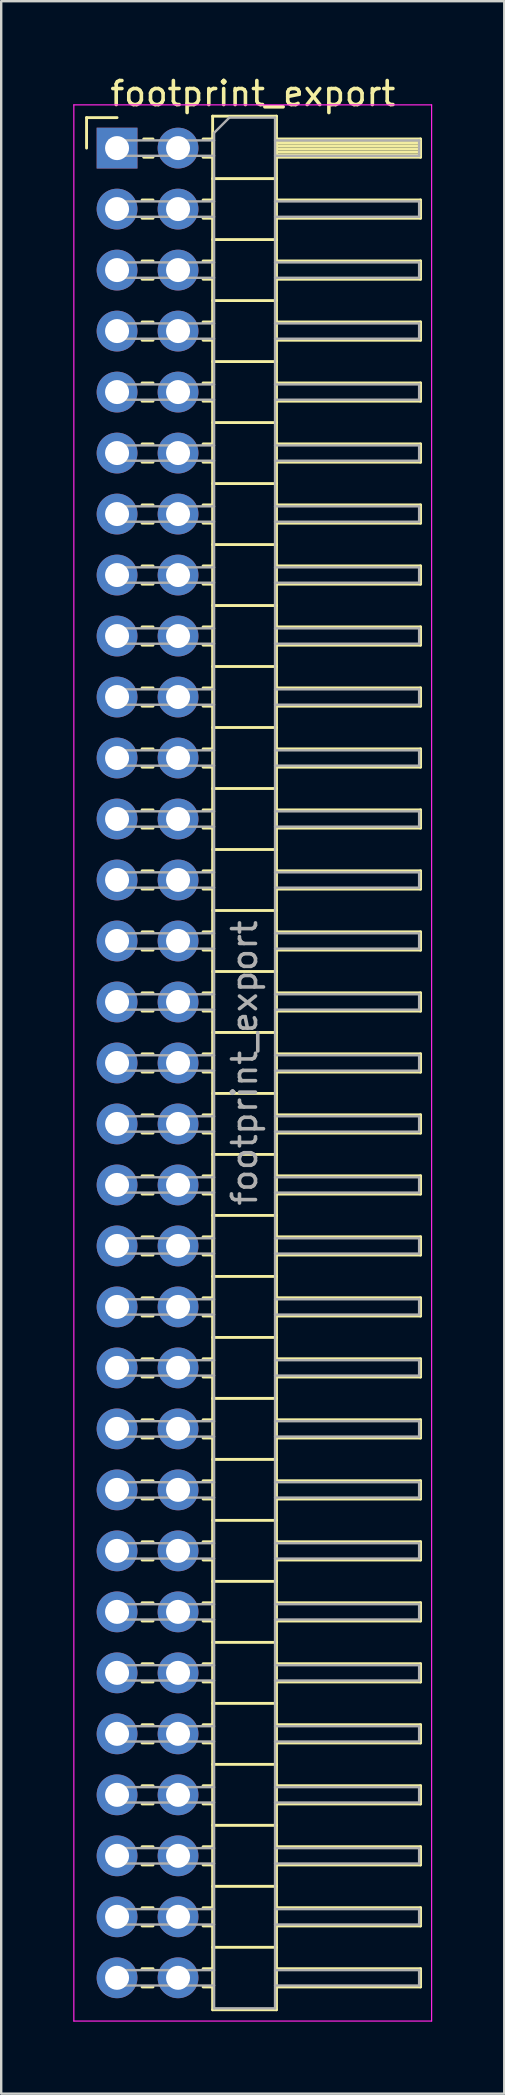
<source format=kicad_pcb>
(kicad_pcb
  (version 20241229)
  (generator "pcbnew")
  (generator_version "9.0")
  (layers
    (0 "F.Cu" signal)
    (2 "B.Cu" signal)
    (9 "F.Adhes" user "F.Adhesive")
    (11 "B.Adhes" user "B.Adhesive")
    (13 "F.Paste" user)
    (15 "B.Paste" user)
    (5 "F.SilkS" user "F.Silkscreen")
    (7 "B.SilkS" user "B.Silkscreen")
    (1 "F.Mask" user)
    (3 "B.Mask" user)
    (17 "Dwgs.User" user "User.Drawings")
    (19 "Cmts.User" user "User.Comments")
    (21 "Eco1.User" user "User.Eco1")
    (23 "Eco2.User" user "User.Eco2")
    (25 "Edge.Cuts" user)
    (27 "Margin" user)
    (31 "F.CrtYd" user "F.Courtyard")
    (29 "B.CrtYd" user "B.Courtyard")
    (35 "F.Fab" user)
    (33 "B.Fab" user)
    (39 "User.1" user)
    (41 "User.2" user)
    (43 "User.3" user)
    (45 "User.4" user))
  (footprint "footprint_export"
    (layer "F.Cu")
    (at 1.825 3.118)
    (property "Reference" "footprint_export" (at 5.655 -2.27 0) (layer "F.SilkS") (effects (font (size 1 1) (thickness 0.15))))
    (attr through_hole)
    (fp_line (start -1.27 -1.27) (end 0 -1.27) (stroke (width 0.12) (type solid)) (layer "F.SilkS"))
    (fp_line (start -1.27 0) (end -1.27 -1.27) (stroke (width 0.12) (type solid)) (layer "F.SilkS"))
    (fp_line (start 1.043 2.16) (end 1.497 2.16) (stroke (width 0.12) (type solid)) (layer "F.SilkS"))
    (fp_line (start 1.043 2.92) (end 1.497 2.92) (stroke (width 0.12) (type solid)) (layer "F.SilkS"))
    (fp_line (start 1.043 4.7) (end 1.497 4.7) (stroke (width 0.12) (type solid)) (layer "F.SilkS"))
    (fp_line (start 1.043 5.46) (end 1.497 5.46) (stroke (width 0.12) (type solid)) (layer "F.SilkS"))
    (fp_line (start 1.043 7.24) (end 1.497 7.24) (stroke (width 0.12) (type solid)) (layer "F.SilkS"))
    (fp_line (start 1.043 8) (end 1.497 8) (stroke (width 0.12) (type solid)) (layer "F.SilkS"))
    (fp_line (start 1.043 9.78) (end 1.497 9.78) (stroke (width 0.12) (type solid)) (layer "F.SilkS"))
    (fp_line (start 1.043 10.54) (end 1.497 10.54) (stroke (width 0.12) (type solid)) (layer "F.SilkS"))
    (fp_line (start 1.043 12.32) (end 1.497 12.32) (stroke (width 0.12) (type solid)) (layer "F.SilkS"))
    (fp_line (start 1.043 13.08) (end 1.497 13.08) (stroke (width 0.12) (type solid)) (layer "F.SilkS"))
    (fp_line (start 1.043 14.86) (end 1.497 14.86) (stroke (width 0.12) (type solid)) (layer "F.SilkS"))
    (fp_line (start 1.043 15.62) (end 1.497 15.62) (stroke (width 0.12) (type solid)) (layer "F.SilkS"))
    (fp_line (start 1.043 17.4) (end 1.497 17.4) (stroke (width 0.12) (type solid)) (layer "F.SilkS"))
    (fp_line (start 1.043 18.16) (end 1.497 18.16) (stroke (width 0.12) (type solid)) (layer "F.SilkS"))
    (fp_line (start 1.043 19.94) (end 1.497 19.94) (stroke (width 0.12) (type solid)) (layer "F.SilkS"))
    (fp_line (start 1.043 20.7) (end 1.497 20.7) (stroke (width 0.12) (type solid)) (layer "F.SilkS"))
    (fp_line (start 1.043 22.48) (end 1.497 22.48) (stroke (width 0.12) (type solid)) (layer "F.SilkS"))
    (fp_line (start 1.043 23.24) (end 1.497 23.24) (stroke (width 0.12) (type solid)) (layer "F.SilkS"))
    (fp_line (start 1.043 25.02) (end 1.497 25.02) (stroke (width 0.12) (type solid)) (layer "F.SilkS"))
    (fp_line (start 1.043 25.78) (end 1.497 25.78) (stroke (width 0.12) (type solid)) (layer "F.SilkS"))
    (fp_line (start 1.043 27.56) (end 1.497 27.56) (stroke (width 0.12) (type solid)) (layer "F.SilkS"))
    (fp_line (start 1.043 28.32) (end 1.497 28.32) (stroke (width 0.12) (type solid)) (layer "F.SilkS"))
    (fp_line (start 1.043 30.1) (end 1.497 30.1) (stroke (width 0.12) (type solid)) (layer "F.SilkS"))
    (fp_line (start 1.043 30.86) (end 1.497 30.86) (stroke (width 0.12) (type solid)) (layer "F.SilkS"))
    (fp_line (start 1.043 32.64) (end 1.497 32.64) (stroke (width 0.12) (type solid)) (layer "F.SilkS"))
    (fp_line (start 1.043 33.4) (end 1.497 33.4) (stroke (width 0.12) (type solid)) (layer "F.SilkS"))
    (fp_line (start 1.043 35.18) (end 1.497 35.18) (stroke (width 0.12) (type solid)) (layer "F.SilkS"))
    (fp_line (start 1.043 35.94) (end 1.497 35.94) (stroke (width 0.12) (type solid)) (layer "F.SilkS"))
    (fp_line (start 1.043 37.72) (end 1.497 37.72) (stroke (width 0.12) (type solid)) (layer "F.SilkS"))
    (fp_line (start 1.043 38.48) (end 1.497 38.48) (stroke (width 0.12) (type solid)) (layer "F.SilkS"))
    (fp_line (start 1.043 40.26) (end 1.497 40.26) (stroke (width 0.12) (type solid)) (layer "F.SilkS"))
    (fp_line (start 1.043 41.02) (end 1.497 41.02) (stroke (width 0.12) (type solid)) (layer "F.SilkS"))
    (fp_line (start 1.043 42.8) (end 1.497 42.8) (stroke (width 0.12) (type solid)) (layer "F.SilkS"))
    (fp_line (start 1.043 43.56) (end 1.497 43.56) (stroke (width 0.12) (type solid)) (layer "F.SilkS"))
    (fp_line (start 1.043 45.34) (end 1.497 45.34) (stroke (width 0.12) (type solid)) (layer "F.SilkS"))
    (fp_line (start 1.043 46.1) (end 1.497 46.1) (stroke (width 0.12) (type solid)) (layer "F.SilkS"))
    (fp_line (start 1.043 47.88) (end 1.497 47.88) (stroke (width 0.12) (type solid)) (layer "F.SilkS"))
    (fp_line (start 1.043 48.64) (end 1.497 48.64) (stroke (width 0.12) (type solid)) (layer "F.SilkS"))
    (fp_line (start 1.043 50.42) (end 1.497 50.42) (stroke (width 0.12) (type solid)) (layer "F.SilkS"))
    (fp_line (start 1.043 51.18) (end 1.497 51.18) (stroke (width 0.12) (type solid)) (layer "F.SilkS"))
    (fp_line (start 1.043 52.96) (end 1.497 52.96) (stroke (width 0.12) (type solid)) (layer "F.SilkS"))
    (fp_line (start 1.043 53.72) (end 1.497 53.72) (stroke (width 0.12) (type solid)) (layer "F.SilkS"))
    (fp_line (start 1.043 55.5) (end 1.497 55.5) (stroke (width 0.12) (type solid)) (layer "F.SilkS"))
    (fp_line (start 1.043 56.26) (end 1.497 56.26) (stroke (width 0.12) (type solid)) (layer "F.SilkS"))
    (fp_line (start 1.043 58.04) (end 1.497 58.04) (stroke (width 0.12) (type solid)) (layer "F.SilkS"))
    (fp_line (start 1.043 58.8) (end 1.497 58.8) (stroke (width 0.12) (type solid)) (layer "F.SilkS"))
    (fp_line (start 1.043 60.58) (end 1.497 60.58) (stroke (width 0.12) (type solid)) (layer "F.SilkS"))
    (fp_line (start 1.043 61.34) (end 1.497 61.34) (stroke (width 0.12) (type solid)) (layer "F.SilkS"))
    (fp_line (start 1.043 63.12) (end 1.497 63.12) (stroke (width 0.12) (type solid)) (layer "F.SilkS"))
    (fp_line (start 1.043 63.88) (end 1.497 63.88) (stroke (width 0.12) (type solid)) (layer "F.SilkS"))
    (fp_line (start 1.043 65.66) (end 1.497 65.66) (stroke (width 0.12) (type solid)) (layer "F.SilkS"))
    (fp_line (start 1.043 66.42) (end 1.497 66.42) (stroke (width 0.12) (type solid)) (layer "F.SilkS"))
    (fp_line (start 1.043 68.2) (end 1.497 68.2) (stroke (width 0.12) (type solid)) (layer "F.SilkS"))
    (fp_line (start 1.043 68.96) (end 1.497 68.96) (stroke (width 0.12) (type solid)) (layer "F.SilkS"))
    (fp_line (start 1.043 70.74) (end 1.497 70.74) (stroke (width 0.12) (type solid)) (layer "F.SilkS"))
    (fp_line (start 1.043 71.5) (end 1.497 71.5) (stroke (width 0.12) (type solid)) (layer "F.SilkS"))
    (fp_line (start 1.043 73.28) (end 1.497 73.28) (stroke (width 0.12) (type solid)) (layer "F.SilkS"))
    (fp_line (start 1.043 74.04) (end 1.497 74.04) (stroke (width 0.12) (type solid)) (layer "F.SilkS"))
    (fp_line (start 1.043 75.82) (end 1.497 75.82) (stroke (width 0.12) (type solid)) (layer "F.SilkS"))
    (fp_line (start 1.043 76.58) (end 1.497 76.58) (stroke (width 0.12) (type solid)) (layer "F.SilkS"))
    (fp_line (start 1.11 -0.38) (end 1.497 -0.38) (stroke (width 0.12) (type solid)) (layer "F.SilkS"))
    (fp_line (start 1.11 0.38) (end 1.497 0.38) (stroke (width 0.12) (type solid)) (layer "F.SilkS"))
    (fp_line (start 3.583 -0.38) (end 3.98 -0.38) (stroke (width 0.12) (type solid)) (layer "F.SilkS"))
    (fp_line (start 3.583 0.38) (end 3.98 0.38) (stroke (width 0.12) (type solid)) (layer "F.SilkS"))
    (fp_line (start 3.583 2.16) (end 3.98 2.16) (stroke (width 0.12) (type solid)) (layer "F.SilkS"))
    (fp_line (start 3.583 2.92) (end 3.98 2.92) (stroke (width 0.12) (type solid)) (layer "F.SilkS"))
    (fp_line (start 3.583 4.7) (end 3.98 4.7) (stroke (width 0.12) (type solid)) (layer "F.SilkS"))
    (fp_line (start 3.583 5.46) (end 3.98 5.46) (stroke (width 0.12) (type solid)) (layer "F.SilkS"))
    (fp_line (start 3.583 7.24) (end 3.98 7.24) (stroke (width 0.12) (type solid)) (layer "F.SilkS"))
    (fp_line (start 3.583 8) (end 3.98 8) (stroke (width 0.12) (type solid)) (layer "F.SilkS"))
    (fp_line (start 3.583 9.78) (end 3.98 9.78) (stroke (width 0.12) (type solid)) (layer "F.SilkS"))
    (fp_line (start 3.583 10.54) (end 3.98 10.54) (stroke (width 0.12) (type solid)) (layer "F.SilkS"))
    (fp_line (start 3.583 12.32) (end 3.98 12.32) (stroke (width 0.12) (type solid)) (layer "F.SilkS"))
    (fp_line (start 3.583 13.08) (end 3.98 13.08) (stroke (width 0.12) (type solid)) (layer "F.SilkS"))
    (fp_line (start 3.583 14.86) (end 3.98 14.86) (stroke (width 0.12) (type solid)) (layer "F.SilkS"))
    (fp_line (start 3.583 15.62) (end 3.98 15.62) (stroke (width 0.12) (type solid)) (layer "F.SilkS"))
    (fp_line (start 3.583 17.4) (end 3.98 17.4) (stroke (width 0.12) (type solid)) (layer "F.SilkS"))
    (fp_line (start 3.583 18.16) (end 3.98 18.16) (stroke (width 0.12) (type solid)) (layer "F.SilkS"))
    (fp_line (start 3.583 19.94) (end 3.98 19.94) (stroke (width 0.12) (type solid)) (layer "F.SilkS"))
    (fp_line (start 3.583 20.7) (end 3.98 20.7) (stroke (width 0.12) (type solid)) (layer "F.SilkS"))
    (fp_line (start 3.583 22.48) (end 3.98 22.48) (stroke (width 0.12) (type solid)) (layer "F.SilkS"))
    (fp_line (start 3.583 23.24) (end 3.98 23.24) (stroke (width 0.12) (type solid)) (layer "F.SilkS"))
    (fp_line (start 3.583 25.02) (end 3.98 25.02) (stroke (width 0.12) (type solid)) (layer "F.SilkS"))
    (fp_line (start 3.583 25.78) (end 3.98 25.78) (stroke (width 0.12) (type solid)) (layer "F.SilkS"))
    (fp_line (start 3.583 27.56) (end 3.98 27.56) (stroke (width 0.12) (type solid)) (layer "F.SilkS"))
    (fp_line (start 3.583 28.32) (end 3.98 28.32) (stroke (width 0.12) (type solid)) (layer "F.SilkS"))
    (fp_line (start 3.583 30.1) (end 3.98 30.1) (stroke (width 0.12) (type solid)) (layer "F.SilkS"))
    (fp_line (start 3.583 30.86) (end 3.98 30.86) (stroke (width 0.12) (type solid)) (layer "F.SilkS"))
    (fp_line (start 3.583 32.64) (end 3.98 32.64) (stroke (width 0.12) (type solid)) (layer "F.SilkS"))
    (fp_line (start 3.583 33.4) (end 3.98 33.4) (stroke (width 0.12) (type solid)) (layer "F.SilkS"))
    (fp_line (start 3.583 35.18) (end 3.98 35.18) (stroke (width 0.12) (type solid)) (layer "F.SilkS"))
    (fp_line (start 3.583 35.94) (end 3.98 35.94) (stroke (width 0.12) (type solid)) (layer "F.SilkS"))
    (fp_line (start 3.583 37.72) (end 3.98 37.72) (stroke (width 0.12) (type solid)) (layer "F.SilkS"))
    (fp_line (start 3.583 38.48) (end 3.98 38.48) (stroke (width 0.12) (type solid)) (layer "F.SilkS"))
    (fp_line (start 3.583 40.26) (end 3.98 40.26) (stroke (width 0.12) (type solid)) (layer "F.SilkS"))
    (fp_line (start 3.583 41.02) (end 3.98 41.02) (stroke (width 0.12) (type solid)) (layer "F.SilkS"))
    (fp_line (start 3.583 42.8) (end 3.98 42.8) (stroke (width 0.12) (type solid)) (layer "F.SilkS"))
    (fp_line (start 3.583 43.56) (end 3.98 43.56) (stroke (width 0.12) (type solid)) (layer "F.SilkS"))
    (fp_line (start 3.583 45.34) (end 3.98 45.34) (stroke (width 0.12) (type solid)) (layer "F.SilkS"))
    (fp_line (start 3.583 46.1) (end 3.98 46.1) (stroke (width 0.12) (type solid)) (layer "F.SilkS"))
    (fp_line (start 3.583 47.88) (end 3.98 47.88) (stroke (width 0.12) (type solid)) (layer "F.SilkS"))
    (fp_line (start 3.583 48.64) (end 3.98 48.64) (stroke (width 0.12) (type solid)) (layer "F.SilkS"))
    (fp_line (start 3.583 50.42) (end 3.98 50.42) (stroke (width 0.12) (type solid)) (layer "F.SilkS"))
    (fp_line (start 3.583 51.18) (end 3.98 51.18) (stroke (width 0.12) (type solid)) (layer "F.SilkS"))
    (fp_line (start 3.583 52.96) (end 3.98 52.96) (stroke (width 0.12) (type solid)) (layer "F.SilkS"))
    (fp_line (start 3.583 53.72) (end 3.98 53.72) (stroke (width 0.12) (type solid)) (layer "F.SilkS"))
    (fp_line (start 3.583 55.5) (end 3.98 55.5) (stroke (width 0.12) (type solid)) (layer "F.SilkS"))
    (fp_line (start 3.583 56.26) (end 3.98 56.26) (stroke (width 0.12) (type solid)) (layer "F.SilkS"))
    (fp_line (start 3.583 58.04) (end 3.98 58.04) (stroke (width 0.12) (type solid)) (layer "F.SilkS"))
    (fp_line (start 3.583 58.8) (end 3.98 58.8) (stroke (width 0.12) (type solid)) (layer "F.SilkS"))
    (fp_line (start 3.583 60.58) (end 3.98 60.58) (stroke (width 0.12) (type solid)) (layer "F.SilkS"))
    (fp_line (start 3.583 61.34) (end 3.98 61.34) (stroke (width 0.12) (type solid)) (layer "F.SilkS"))
    (fp_line (start 3.583 63.12) (end 3.98 63.12) (stroke (width 0.12) (type solid)) (layer "F.SilkS"))
    (fp_line (start 3.583 63.88) (end 3.98 63.88) (stroke (width 0.12) (type solid)) (layer "F.SilkS"))
    (fp_line (start 3.583 65.66) (end 3.98 65.66) (stroke (width 0.12) (type solid)) (layer "F.SilkS"))
    (fp_line (start 3.583 66.42) (end 3.98 66.42) (stroke (width 0.12) (type solid)) (layer "F.SilkS"))
    (fp_line (start 3.583 68.2) (end 3.98 68.2) (stroke (width 0.12) (type solid)) (layer "F.SilkS"))
    (fp_line (start 3.583 68.96) (end 3.98 68.96) (stroke (width 0.12) (type solid)) (layer "F.SilkS"))
    (fp_line (start 3.583 70.74) (end 3.98 70.74) (stroke (width 0.12) (type solid)) (layer "F.SilkS"))
    (fp_line (start 3.583 71.5) (end 3.98 71.5) (stroke (width 0.12) (type solid)) (layer "F.SilkS"))
    (fp_line (start 3.583 73.28) (end 3.98 73.28) (stroke (width 0.12) (type solid)) (layer "F.SilkS"))
    (fp_line (start 3.583 74.04) (end 3.98 74.04) (stroke (width 0.12) (type solid)) (layer "F.SilkS"))
    (fp_line (start 3.583 75.82) (end 3.98 75.82) (stroke (width 0.12) (type solid)) (layer "F.SilkS"))
    (fp_line (start 3.583 76.58) (end 3.98 76.58) (stroke (width 0.12) (type solid)) (layer "F.SilkS"))
    (fp_line (start 3.98 -1.33) (end 3.98 77.53) (stroke (width 0.12) (type solid)) (layer "F.SilkS"))
    (fp_line (start 3.98 1.27) (end 6.64 1.27) (stroke (width 0.12) (type solid)) (layer "F.SilkS"))
    (fp_line (start 3.98 3.81) (end 6.64 3.81) (stroke (width 0.12) (type solid)) (layer "F.SilkS"))
    (fp_line (start 3.98 6.35) (end 6.64 6.35) (stroke (width 0.12) (type solid)) (layer "F.SilkS"))
    (fp_line (start 3.98 8.89) (end 6.64 8.89) (stroke (width 0.12) (type solid)) (layer "F.SilkS"))
    (fp_line (start 3.98 11.43) (end 6.64 11.43) (stroke (width 0.12) (type solid)) (layer "F.SilkS"))
    (fp_line (start 3.98 13.97) (end 6.64 13.97) (stroke (width 0.12) (type solid)) (layer "F.SilkS"))
    (fp_line (start 3.98 16.51) (end 6.64 16.51) (stroke (width 0.12) (type solid)) (layer "F.SilkS"))
    (fp_line (start 3.98 19.05) (end 6.64 19.05) (stroke (width 0.12) (type solid)) (layer "F.SilkS"))
    (fp_line (start 3.98 21.59) (end 6.64 21.59) (stroke (width 0.12) (type solid)) (layer "F.SilkS"))
    (fp_line (start 3.98 24.13) (end 6.64 24.13) (stroke (width 0.12) (type solid)) (layer "F.SilkS"))
    (fp_line (start 3.98 26.67) (end 6.64 26.67) (stroke (width 0.12) (type solid)) (layer "F.SilkS"))
    (fp_line (start 3.98 29.21) (end 6.64 29.21) (stroke (width 0.12) (type solid)) (layer "F.SilkS"))
    (fp_line (start 3.98 31.75) (end 6.64 31.75) (stroke (width 0.12) (type solid)) (layer "F.SilkS"))
    (fp_line (start 3.98 34.29) (end 6.64 34.29) (stroke (width 0.12) (type solid)) (layer "F.SilkS"))
    (fp_line (start 3.98 36.83) (end 6.64 36.83) (stroke (width 0.12) (type solid)) (layer "F.SilkS"))
    (fp_line (start 3.98 39.37) (end 6.64 39.37) (stroke (width 0.12) (type solid)) (layer "F.SilkS"))
    (fp_line (start 3.98 41.91) (end 6.64 41.91) (stroke (width 0.12) (type solid)) (layer "F.SilkS"))
    (fp_line (start 3.98 44.45) (end 6.64 44.45) (stroke (width 0.12) (type solid)) (layer "F.SilkS"))
    (fp_line (start 3.98 46.99) (end 6.64 46.99) (stroke (width 0.12) (type solid)) (layer "F.SilkS"))
    (fp_line (start 3.98 49.53) (end 6.64 49.53) (stroke (width 0.12) (type solid)) (layer "F.SilkS"))
    (fp_line (start 3.98 52.07) (end 6.64 52.07) (stroke (width 0.12) (type solid)) (layer "F.SilkS"))
    (fp_line (start 3.98 54.61) (end 6.64 54.61) (stroke (width 0.12) (type solid)) (layer "F.SilkS"))
    (fp_line (start 3.98 57.15) (end 6.64 57.15) (stroke (width 0.12) (type solid)) (layer "F.SilkS"))
    (fp_line (start 3.98 59.69) (end 6.64 59.69) (stroke (width 0.12) (type solid)) (layer "F.SilkS"))
    (fp_line (start 3.98 62.23) (end 6.64 62.23) (stroke (width 0.12) (type solid)) (layer "F.SilkS"))
    (fp_line (start 3.98 64.77) (end 6.64 64.77) (stroke (width 0.12) (type solid)) (layer "F.SilkS"))
    (fp_line (start 3.98 67.31) (end 6.64 67.31) (stroke (width 0.12) (type solid)) (layer "F.SilkS"))
    (fp_line (start 3.98 69.85) (end 6.64 69.85) (stroke (width 0.12) (type solid)) (layer "F.SilkS"))
    (fp_line (start 3.98 72.39) (end 6.64 72.39) (stroke (width 0.12) (type solid)) (layer "F.SilkS"))
    (fp_line (start 3.98 74.93) (end 6.64 74.93) (stroke (width 0.12) (type solid)) (layer "F.SilkS"))
    (fp_line (start 3.98 77.53) (end 6.64 77.53) (stroke (width 0.12) (type solid)) (layer "F.SilkS"))
    (fp_line (start 6.64 -1.33) (end 3.98 -1.33) (stroke (width 0.12) (type solid)) (layer "F.SilkS"))
    (fp_line (start 6.64 -0.38) (end 12.64 -0.38) (stroke (width 0.12) (type solid)) (layer "F.SilkS"))
    (fp_line (start 6.64 -0.32) (end 12.64 -0.32) (stroke (width 0.12) (type solid)) (layer "F.SilkS"))
    (fp_line (start 6.64 -0.2) (end 12.64 -0.2) (stroke (width 0.12) (type solid)) (layer "F.SilkS"))
    (fp_line (start 6.64 -0.08) (end 12.64 -0.08) (stroke (width 0.12) (type solid)) (layer "F.SilkS"))
    (fp_line (start 6.64 0.04) (end 12.64 0.04) (stroke (width 0.12) (type solid)) (layer "F.SilkS"))
    (fp_line (start 6.64 0.16) (end 12.64 0.16) (stroke (width 0.12) (type solid)) (layer "F.SilkS"))
    (fp_line (start 6.64 0.28) (end 12.64 0.28) (stroke (width 0.12) (type solid)) (layer "F.SilkS"))
    (fp_line (start 6.64 2.16) (end 12.64 2.16) (stroke (width 0.12) (type solid)) (layer "F.SilkS"))
    (fp_line (start 6.64 4.7) (end 12.64 4.7) (stroke (width 0.12) (type solid)) (layer "F.SilkS"))
    (fp_line (start 6.64 7.24) (end 12.64 7.24) (stroke (width 0.12) (type solid)) (layer "F.SilkS"))
    (fp_line (start 6.64 9.78) (end 12.64 9.78) (stroke (width 0.12) (type solid)) (layer "F.SilkS"))
    (fp_line (start 6.64 12.32) (end 12.64 12.32) (stroke (width 0.12) (type solid)) (layer "F.SilkS"))
    (fp_line (start 6.64 14.86) (end 12.64 14.86) (stroke (width 0.12) (type solid)) (layer "F.SilkS"))
    (fp_line (start 6.64 17.4) (end 12.64 17.4) (stroke (width 0.12) (type solid)) (layer "F.SilkS"))
    (fp_line (start 6.64 19.94) (end 12.64 19.94) (stroke (width 0.12) (type solid)) (layer "F.SilkS"))
    (fp_line (start 6.64 22.48) (end 12.64 22.48) (stroke (width 0.12) (type solid)) (layer "F.SilkS"))
    (fp_line (start 6.64 25.02) (end 12.64 25.02) (stroke (width 0.12) (type solid)) (layer "F.SilkS"))
    (fp_line (start 6.64 27.56) (end 12.64 27.56) (stroke (width 0.12) (type solid)) (layer "F.SilkS"))
    (fp_line (start 6.64 30.1) (end 12.64 30.1) (stroke (width 0.12) (type solid)) (layer "F.SilkS"))
    (fp_line (start 6.64 32.64) (end 12.64 32.64) (stroke (width 0.12) (type solid)) (layer "F.SilkS"))
    (fp_line (start 6.64 35.18) (end 12.64 35.18) (stroke (width 0.12) (type solid)) (layer "F.SilkS"))
    (fp_line (start 6.64 37.72) (end 12.64 37.72) (stroke (width 0.12) (type solid)) (layer "F.SilkS"))
    (fp_line (start 6.64 40.26) (end 12.64 40.26) (stroke (width 0.12) (type solid)) (layer "F.SilkS"))
    (fp_line (start 6.64 42.8) (end 12.64 42.8) (stroke (width 0.12) (type solid)) (layer "F.SilkS"))
    (fp_line (start 6.64 45.34) (end 12.64 45.34) (stroke (width 0.12) (type solid)) (layer "F.SilkS"))
    (fp_line (start 6.64 47.88) (end 12.64 47.88) (stroke (width 0.12) (type solid)) (layer "F.SilkS"))
    (fp_line (start 6.64 50.42) (end 12.64 50.42) (stroke (width 0.12) (type solid)) (layer "F.SilkS"))
    (fp_line (start 6.64 52.96) (end 12.64 52.96) (stroke (width 0.12) (type solid)) (layer "F.SilkS"))
    (fp_line (start 6.64 55.5) (end 12.64 55.5) (stroke (width 0.12) (type solid)) (layer "F.SilkS"))
    (fp_line (start 6.64 58.04) (end 12.64 58.04) (stroke (width 0.12) (type solid)) (layer "F.SilkS"))
    (fp_line (start 6.64 60.58) (end 12.64 60.58) (stroke (width 0.12) (type solid)) (layer "F.SilkS"))
    (fp_line (start 6.64 63.12) (end 12.64 63.12) (stroke (width 0.12) (type solid)) (layer "F.SilkS"))
    (fp_line (start 6.64 65.66) (end 12.64 65.66) (stroke (width 0.12) (type solid)) (layer "F.SilkS"))
    (fp_line (start 6.64 68.2) (end 12.64 68.2) (stroke (width 0.12) (type solid)) (layer "F.SilkS"))
    (fp_line (start 6.64 70.74) (end 12.64 70.74) (stroke (width 0.12) (type solid)) (layer "F.SilkS"))
    (fp_line (start 6.64 73.28) (end 12.64 73.28) (stroke (width 0.12) (type solid)) (layer "F.SilkS"))
    (fp_line (start 6.64 75.82) (end 12.64 75.82) (stroke (width 0.12) (type solid)) (layer "F.SilkS"))
    (fp_line (start 6.64 77.53) (end 6.64 -1.33) (stroke (width 0.12) (type solid)) (layer "F.SilkS"))
    (fp_line (start 12.64 -0.38) (end 12.64 0.38) (stroke (width 0.12) (type solid)) (layer "F.SilkS"))
    (fp_line (start 12.64 0.38) (end 6.64 0.38) (stroke (width 0.12) (type solid)) (layer "F.SilkS"))
    (fp_line (start 12.64 2.16) (end 12.64 2.92) (stroke (width 0.12) (type solid)) (layer "F.SilkS"))
    (fp_line (start 12.64 2.92) (end 6.64 2.92) (stroke (width 0.12) (type solid)) (layer "F.SilkS"))
    (fp_line (start 12.64 4.7) (end 12.64 5.46) (stroke (width 0.12) (type solid)) (layer "F.SilkS"))
    (fp_line (start 12.64 5.46) (end 6.64 5.46) (stroke (width 0.12) (type solid)) (layer "F.SilkS"))
    (fp_line (start 12.64 7.24) (end 12.64 8) (stroke (width 0.12) (type solid)) (layer "F.SilkS"))
    (fp_line (start 12.64 8) (end 6.64 8) (stroke (width 0.12) (type solid)) (layer "F.SilkS"))
    (fp_line (start 12.64 9.78) (end 12.64 10.54) (stroke (width 0.12) (type solid)) (layer "F.SilkS"))
    (fp_line (start 12.64 10.54) (end 6.64 10.54) (stroke (width 0.12) (type solid)) (layer "F.SilkS"))
    (fp_line (start 12.64 12.32) (end 12.64 13.08) (stroke (width 0.12) (type solid)) (layer "F.SilkS"))
    (fp_line (start 12.64 13.08) (end 6.64 13.08) (stroke (width 0.12) (type solid)) (layer "F.SilkS"))
    (fp_line (start 12.64 14.86) (end 12.64 15.62) (stroke (width 0.12) (type solid)) (layer "F.SilkS"))
    (fp_line (start 12.64 15.62) (end 6.64 15.62) (stroke (width 0.12) (type solid)) (layer "F.SilkS"))
    (fp_line (start 12.64 17.4) (end 12.64 18.16) (stroke (width 0.12) (type solid)) (layer "F.SilkS"))
    (fp_line (start 12.64 18.16) (end 6.64 18.16) (stroke (width 0.12) (type solid)) (layer "F.SilkS"))
    (fp_line (start 12.64 19.94) (end 12.64 20.7) (stroke (width 0.12) (type solid)) (layer "F.SilkS"))
    (fp_line (start 12.64 20.7) (end 6.64 20.7) (stroke (width 0.12) (type solid)) (layer "F.SilkS"))
    (fp_line (start 12.64 22.48) (end 12.64 23.24) (stroke (width 0.12) (type solid)) (layer "F.SilkS"))
    (fp_line (start 12.64 23.24) (end 6.64 23.24) (stroke (width 0.12) (type solid)) (layer "F.SilkS"))
    (fp_line (start 12.64 25.02) (end 12.64 25.78) (stroke (width 0.12) (type solid)) (layer "F.SilkS"))
    (fp_line (start 12.64 25.78) (end 6.64 25.78) (stroke (width 0.12) (type solid)) (layer "F.SilkS"))
    (fp_line (start 12.64 27.56) (end 12.64 28.32) (stroke (width 0.12) (type solid)) (layer "F.SilkS"))
    (fp_line (start 12.64 28.32) (end 6.64 28.32) (stroke (width 0.12) (type solid)) (layer "F.SilkS"))
    (fp_line (start 12.64 30.1) (end 12.64 30.86) (stroke (width 0.12) (type solid)) (layer "F.SilkS"))
    (fp_line (start 12.64 30.86) (end 6.64 30.86) (stroke (width 0.12) (type solid)) (layer "F.SilkS"))
    (fp_line (start 12.64 32.64) (end 12.64 33.4) (stroke (width 0.12) (type solid)) (layer "F.SilkS"))
    (fp_line (start 12.64 33.4) (end 6.64 33.4) (stroke (width 0.12) (type solid)) (layer "F.SilkS"))
    (fp_line (start 12.64 35.18) (end 12.64 35.94) (stroke (width 0.12) (type solid)) (layer "F.SilkS"))
    (fp_line (start 12.64 35.94) (end 6.64 35.94) (stroke (width 0.12) (type solid)) (layer "F.SilkS"))
    (fp_line (start 12.64 37.72) (end 12.64 38.48) (stroke (width 0.12) (type solid)) (layer "F.SilkS"))
    (fp_line (start 12.64 38.48) (end 6.64 38.48) (stroke (width 0.12) (type solid)) (layer "F.SilkS"))
    (fp_line (start 12.64 40.26) (end 12.64 41.02) (stroke (width 0.12) (type solid)) (layer "F.SilkS"))
    (fp_line (start 12.64 41.02) (end 6.64 41.02) (stroke (width 0.12) (type solid)) (layer "F.SilkS"))
    (fp_line (start 12.64 42.8) (end 12.64 43.56) (stroke (width 0.12) (type solid)) (layer "F.SilkS"))
    (fp_line (start 12.64 43.56) (end 6.64 43.56) (stroke (width 0.12) (type solid)) (layer "F.SilkS"))
    (fp_line (start 12.64 45.34) (end 12.64 46.1) (stroke (width 0.12) (type solid)) (layer "F.SilkS"))
    (fp_line (start 12.64 46.1) (end 6.64 46.1) (stroke (width 0.12) (type solid)) (layer "F.SilkS"))
    (fp_line (start 12.64 47.88) (end 12.64 48.64) (stroke (width 0.12) (type solid)) (layer "F.SilkS"))
    (fp_line (start 12.64 48.64) (end 6.64 48.64) (stroke (width 0.12) (type solid)) (layer "F.SilkS"))
    (fp_line (start 12.64 50.42) (end 12.64 51.18) (stroke (width 0.12) (type solid)) (layer "F.SilkS"))
    (fp_line (start 12.64 51.18) (end 6.64 51.18) (stroke (width 0.12) (type solid)) (layer "F.SilkS"))
    (fp_line (start 12.64 52.96) (end 12.64 53.72) (stroke (width 0.12) (type solid)) (layer "F.SilkS"))
    (fp_line (start 12.64 53.72) (end 6.64 53.72) (stroke (width 0.12) (type solid)) (layer "F.SilkS"))
    (fp_line (start 12.64 55.5) (end 12.64 56.26) (stroke (width 0.12) (type solid)) (layer "F.SilkS"))
    (fp_line (start 12.64 56.26) (end 6.64 56.26) (stroke (width 0.12) (type solid)) (layer "F.SilkS"))
    (fp_line (start 12.64 58.04) (end 12.64 58.8) (stroke (width 0.12) (type solid)) (layer "F.SilkS"))
    (fp_line (start 12.64 58.8) (end 6.64 58.8) (stroke (width 0.12) (type solid)) (layer "F.SilkS"))
    (fp_line (start 12.64 60.58) (end 12.64 61.34) (stroke (width 0.12) (type solid)) (layer "F.SilkS"))
    (fp_line (start 12.64 61.34) (end 6.64 61.34) (stroke (width 0.12) (type solid)) (layer "F.SilkS"))
    (fp_line (start 12.64 63.12) (end 12.64 63.88) (stroke (width 0.12) (type solid)) (layer "F.SilkS"))
    (fp_line (start 12.64 63.88) (end 6.64 63.88) (stroke (width 0.12) (type solid)) (layer "F.SilkS"))
    (fp_line (start 12.64 65.66) (end 12.64 66.42) (stroke (width 0.12) (type solid)) (layer "F.SilkS"))
    (fp_line (start 12.64 66.42) (end 6.64 66.42) (stroke (width 0.12) (type solid)) (layer "F.SilkS"))
    (fp_line (start 12.64 68.2) (end 12.64 68.96) (stroke (width 0.12) (type solid)) (layer "F.SilkS"))
    (fp_line (start 12.64 68.96) (end 6.64 68.96) (stroke (width 0.12) (type solid)) (layer "F.SilkS"))
    (fp_line (start 12.64 70.74) (end 12.64 71.5) (stroke (width 0.12) (type solid)) (layer "F.SilkS"))
    (fp_line (start 12.64 71.5) (end 6.64 71.5) (stroke (width 0.12) (type solid)) (layer "F.SilkS"))
    (fp_line (start 12.64 73.28) (end 12.64 74.04) (stroke (width 0.12) (type solid)) (layer "F.SilkS"))
    (fp_line (start 12.64 74.04) (end 6.64 74.04) (stroke (width 0.12) (type solid)) (layer "F.SilkS"))
    (fp_line (start 12.64 75.82) (end 12.64 76.58) (stroke (width 0.12) (type solid)) (layer "F.SilkS"))
    (fp_line (start 12.64 76.58) (end 6.64 76.58) (stroke (width 0.12) (type solid)) (layer "F.SilkS"))
    (fp_line (start -1.8 -1.8) (end -1.8 78) (stroke (width 0.05) (type solid)) (layer "F.CrtYd"))
    (fp_line (start -1.8 78) (end 13.1 78) (stroke (width 0.05) (type solid)) (layer "F.CrtYd"))
    (fp_line (start 13.1 -1.8) (end -1.8 -1.8) (stroke (width 0.05) (type solid)) (layer "F.CrtYd"))
    (fp_line (start 13.1 78) (end 13.1 -1.8) (stroke (width 0.05) (type solid)) (layer "F.CrtYd"))
    (fp_line (start -0.32 -0.32) (end -0.32 0.32) (stroke (width 0.1) (type solid)) (layer "F.Fab"))
    (fp_line (start -0.32 -0.32) (end 4.04 -0.32) (stroke (width 0.1) (type solid)) (layer "F.Fab"))
    (fp_line (start -0.32 0.32) (end 4.04 0.32) (stroke (width 0.1) (type solid)) (layer "F.Fab"))
    (fp_line (start -0.32 2.22) (end -0.32 2.86) (stroke (width 0.1) (type solid)) (layer "F.Fab"))
    (fp_line (start -0.32 2.22) (end 4.04 2.22) (stroke (width 0.1) (type solid)) (layer "F.Fab"))
    (fp_line (start -0.32 2.86) (end 4.04 2.86) (stroke (width 0.1) (type solid)) (layer "F.Fab"))
    (fp_line (start -0.32 4.76) (end -0.32 5.4) (stroke (width 0.1) (type solid)) (layer "F.Fab"))
    (fp_line (start -0.32 4.76) (end 4.04 4.76) (stroke (width 0.1) (type solid)) (layer "F.Fab"))
    (fp_line (start -0.32 5.4) (end 4.04 5.4) (stroke (width 0.1) (type solid)) (layer "F.Fab"))
    (fp_line (start -0.32 7.3) (end -0.32 7.94) (stroke (width 0.1) (type solid)) (layer "F.Fab"))
    (fp_line (start -0.32 7.3) (end 4.04 7.3) (stroke (width 0.1) (type solid)) (layer "F.Fab"))
    (fp_line (start -0.32 7.94) (end 4.04 7.94) (stroke (width 0.1) (type solid)) (layer "F.Fab"))
    (fp_line (start -0.32 9.84) (end -0.32 10.48) (stroke (width 0.1) (type solid)) (layer "F.Fab"))
    (fp_line (start -0.32 9.84) (end 4.04 9.84) (stroke (width 0.1) (type solid)) (layer "F.Fab"))
    (fp_line (start -0.32 10.48) (end 4.04 10.48) (stroke (width 0.1) (type solid)) (layer "F.Fab"))
    (fp_line (start -0.32 12.38) (end -0.32 13.02) (stroke (width 0.1) (type solid)) (layer "F.Fab"))
    (fp_line (start -0.32 12.38) (end 4.04 12.38) (stroke (width 0.1) (type solid)) (layer "F.Fab"))
    (fp_line (start -0.32 13.02) (end 4.04 13.02) (stroke (width 0.1) (type solid)) (layer "F.Fab"))
    (fp_line (start -0.32 14.92) (end -0.32 15.56) (stroke (width 0.1) (type solid)) (layer "F.Fab"))
    (fp_line (start -0.32 14.92) (end 4.04 14.92) (stroke (width 0.1) (type solid)) (layer "F.Fab"))
    (fp_line (start -0.32 15.56) (end 4.04 15.56) (stroke (width 0.1) (type solid)) (layer "F.Fab"))
    (fp_line (start -0.32 17.46) (end -0.32 18.1) (stroke (width 0.1) (type solid)) (layer "F.Fab"))
    (fp_line (start -0.32 17.46) (end 4.04 17.46) (stroke (width 0.1) (type solid)) (layer "F.Fab"))
    (fp_line (start -0.32 18.1) (end 4.04 18.1) (stroke (width 0.1) (type solid)) (layer "F.Fab"))
    (fp_line (start -0.32 20) (end -0.32 20.64) (stroke (width 0.1) (type solid)) (layer "F.Fab"))
    (fp_line (start -0.32 20) (end 4.04 20) (stroke (width 0.1) (type solid)) (layer "F.Fab"))
    (fp_line (start -0.32 20.64) (end 4.04 20.64) (stroke (width 0.1) (type solid)) (layer "F.Fab"))
    (fp_line (start -0.32 22.54) (end -0.32 23.18) (stroke (width 0.1) (type solid)) (layer "F.Fab"))
    (fp_line (start -0.32 22.54) (end 4.04 22.54) (stroke (width 0.1) (type solid)) (layer "F.Fab"))
    (fp_line (start -0.32 23.18) (end 4.04 23.18) (stroke (width 0.1) (type solid)) (layer "F.Fab"))
    (fp_line (start -0.32 25.08) (end -0.32 25.72) (stroke (width 0.1) (type solid)) (layer "F.Fab"))
    (fp_line (start -0.32 25.08) (end 4.04 25.08) (stroke (width 0.1) (type solid)) (layer "F.Fab"))
    (fp_line (start -0.32 25.72) (end 4.04 25.72) (stroke (width 0.1) (type solid)) (layer "F.Fab"))
    (fp_line (start -0.32 27.62) (end -0.32 28.26) (stroke (width 0.1) (type solid)) (layer "F.Fab"))
    (fp_line (start -0.32 27.62) (end 4.04 27.62) (stroke (width 0.1) (type solid)) (layer "F.Fab"))
    (fp_line (start -0.32 28.26) (end 4.04 28.26) (stroke (width 0.1) (type solid)) (layer "F.Fab"))
    (fp_line (start -0.32 30.16) (end -0.32 30.8) (stroke (width 0.1) (type solid)) (layer "F.Fab"))
    (fp_line (start -0.32 30.16) (end 4.04 30.16) (stroke (width 0.1) (type solid)) (layer "F.Fab"))
    (fp_line (start -0.32 30.8) (end 4.04 30.8) (stroke (width 0.1) (type solid)) (layer "F.Fab"))
    (fp_line (start -0.32 32.7) (end -0.32 33.34) (stroke (width 0.1) (type solid)) (layer "F.Fab"))
    (fp_line (start -0.32 32.7) (end 4.04 32.7) (stroke (width 0.1) (type solid)) (layer "F.Fab"))
    (fp_line (start -0.32 33.34) (end 4.04 33.34) (stroke (width 0.1) (type solid)) (layer "F.Fab"))
    (fp_line (start -0.32 35.24) (end -0.32 35.88) (stroke (width 0.1) (type solid)) (layer "F.Fab"))
    (fp_line (start -0.32 35.24) (end 4.04 35.24) (stroke (width 0.1) (type solid)) (layer "F.Fab"))
    (fp_line (start -0.32 35.88) (end 4.04 35.88) (stroke (width 0.1) (type solid)) (layer "F.Fab"))
    (fp_line (start -0.32 37.78) (end -0.32 38.42) (stroke (width 0.1) (type solid)) (layer "F.Fab"))
    (fp_line (start -0.32 37.78) (end 4.04 37.78) (stroke (width 0.1) (type solid)) (layer "F.Fab"))
    (fp_line (start -0.32 38.42) (end 4.04 38.42) (stroke (width 0.1) (type solid)) (layer "F.Fab"))
    (fp_line (start -0.32 40.32) (end -0.32 40.96) (stroke (width 0.1) (type solid)) (layer "F.Fab"))
    (fp_line (start -0.32 40.32) (end 4.04 40.32) (stroke (width 0.1) (type solid)) (layer "F.Fab"))
    (fp_line (start -0.32 40.96) (end 4.04 40.96) (stroke (width 0.1) (type solid)) (layer "F.Fab"))
    (fp_line (start -0.32 42.86) (end -0.32 43.5) (stroke (width 0.1) (type solid)) (layer "F.Fab"))
    (fp_line (start -0.32 42.86) (end 4.04 42.86) (stroke (width 0.1) (type solid)) (layer "F.Fab"))
    (fp_line (start -0.32 43.5) (end 4.04 43.5) (stroke (width 0.1) (type solid)) (layer "F.Fab"))
    (fp_line (start -0.32 45.4) (end -0.32 46.04) (stroke (width 0.1) (type solid)) (layer "F.Fab"))
    (fp_line (start -0.32 45.4) (end 4.04 45.4) (stroke (width 0.1) (type solid)) (layer "F.Fab"))
    (fp_line (start -0.32 46.04) (end 4.04 46.04) (stroke (width 0.1) (type solid)) (layer "F.Fab"))
    (fp_line (start -0.32 47.94) (end -0.32 48.58) (stroke (width 0.1) (type solid)) (layer "F.Fab"))
    (fp_line (start -0.32 47.94) (end 4.04 47.94) (stroke (width 0.1) (type solid)) (layer "F.Fab"))
    (fp_line (start -0.32 48.58) (end 4.04 48.58) (stroke (width 0.1) (type solid)) (layer "F.Fab"))
    (fp_line (start -0.32 50.48) (end -0.32 51.12) (stroke (width 0.1) (type solid)) (layer "F.Fab"))
    (fp_line (start -0.32 50.48) (end 4.04 50.48) (stroke (width 0.1) (type solid)) (layer "F.Fab"))
    (fp_line (start -0.32 51.12) (end 4.04 51.12) (stroke (width 0.1) (type solid)) (layer "F.Fab"))
    (fp_line (start -0.32 53.02) (end -0.32 53.66) (stroke (width 0.1) (type solid)) (layer "F.Fab"))
    (fp_line (start -0.32 53.02) (end 4.04 53.02) (stroke (width 0.1) (type solid)) (layer "F.Fab"))
    (fp_line (start -0.32 53.66) (end 4.04 53.66) (stroke (width 0.1) (type solid)) (layer "F.Fab"))
    (fp_line (start -0.32 55.56) (end -0.32 56.2) (stroke (width 0.1) (type solid)) (layer "F.Fab"))
    (fp_line (start -0.32 55.56) (end 4.04 55.56) (stroke (width 0.1) (type solid)) (layer "F.Fab"))
    (fp_line (start -0.32 56.2) (end 4.04 56.2) (stroke (width 0.1) (type solid)) (layer "F.Fab"))
    (fp_line (start -0.32 58.1) (end -0.32 58.74) (stroke (width 0.1) (type solid)) (layer "F.Fab"))
    (fp_line (start -0.32 58.1) (end 4.04 58.1) (stroke (width 0.1) (type solid)) (layer "F.Fab"))
    (fp_line (start -0.32 58.74) (end 4.04 58.74) (stroke (width 0.1) (type solid)) (layer "F.Fab"))
    (fp_line (start -0.32 60.64) (end -0.32 61.28) (stroke (width 0.1) (type solid)) (layer "F.Fab"))
    (fp_line (start -0.32 60.64) (end 4.04 60.64) (stroke (width 0.1) (type solid)) (layer "F.Fab"))
    (fp_line (start -0.32 61.28) (end 4.04 61.28) (stroke (width 0.1) (type solid)) (layer "F.Fab"))
    (fp_line (start -0.32 63.18) (end -0.32 63.82) (stroke (width 0.1) (type solid)) (layer "F.Fab"))
    (fp_line (start -0.32 63.18) (end 4.04 63.18) (stroke (width 0.1) (type solid)) (layer "F.Fab"))
    (fp_line (start -0.32 63.82) (end 4.04 63.82) (stroke (width 0.1) (type solid)) (layer "F.Fab"))
    (fp_line (start -0.32 65.72) (end -0.32 66.36) (stroke (width 0.1) (type solid)) (layer "F.Fab"))
    (fp_line (start -0.32 65.72) (end 4.04 65.72) (stroke (width 0.1) (type solid)) (layer "F.Fab"))
    (fp_line (start -0.32 66.36) (end 4.04 66.36) (stroke (width 0.1) (type solid)) (layer "F.Fab"))
    (fp_line (start -0.32 68.26) (end -0.32 68.9) (stroke (width 0.1) (type solid)) (layer "F.Fab"))
    (fp_line (start -0.32 68.26) (end 4.04 68.26) (stroke (width 0.1) (type solid)) (layer "F.Fab"))
    (fp_line (start -0.32 68.9) (end 4.04 68.9) (stroke (width 0.1) (type solid)) (layer "F.Fab"))
    (fp_line (start -0.32 70.8) (end -0.32 71.44) (stroke (width 0.1) (type solid)) (layer "F.Fab"))
    (fp_line (start -0.32 70.8) (end 4.04 70.8) (stroke (width 0.1) (type solid)) (layer "F.Fab"))
    (fp_line (start -0.32 71.44) (end 4.04 71.44) (stroke (width 0.1) (type solid)) (layer "F.Fab"))
    (fp_line (start -0.32 73.34) (end -0.32 73.98) (stroke (width 0.1) (type solid)) (layer "F.Fab"))
    (fp_line (start -0.32 73.34) (end 4.04 73.34) (stroke (width 0.1) (type solid)) (layer "F.Fab"))
    (fp_line (start -0.32 73.98) (end 4.04 73.98) (stroke (width 0.1) (type solid)) (layer "F.Fab"))
    (fp_line (start -0.32 75.88) (end -0.32 76.52) (stroke (width 0.1) (type solid)) (layer "F.Fab"))
    (fp_line (start -0.32 75.88) (end 4.04 75.88) (stroke (width 0.1) (type solid)) (layer "F.Fab"))
    (fp_line (start -0.32 76.52) (end 4.04 76.52) (stroke (width 0.1) (type solid)) (layer "F.Fab"))
    (fp_line (start 4.04 -0.635) (end 4.675 -1.27) (stroke (width 0.1) (type solid)) (layer "F.Fab"))
    (fp_line (start 4.04 77.47) (end 4.04 -0.635) (stroke (width 0.1) (type solid)) (layer "F.Fab"))
    (fp_line (start 4.675 -1.27) (end 6.58 -1.27) (stroke (width 0.1) (type solid)) (layer "F.Fab"))
    (fp_line (start 6.58 -1.27) (end 6.58 77.47) (stroke (width 0.1) (type solid)) (layer "F.Fab"))
    (fp_line (start 6.58 -0.32) (end 12.58 -0.32) (stroke (width 0.1) (type solid)) (layer "F.Fab"))
    (fp_line (start 6.58 0.32) (end 12.58 0.32) (stroke (width 0.1) (type solid)) (layer "F.Fab"))
    (fp_line (start 6.58 2.22) (end 12.58 2.22) (stroke (width 0.1) (type solid)) (layer "F.Fab"))
    (fp_line (start 6.58 2.86) (end 12.58 2.86) (stroke (width 0.1) (type solid)) (layer "F.Fab"))
    (fp_line (start 6.58 4.76) (end 12.58 4.76) (stroke (width 0.1) (type solid)) (layer "F.Fab"))
    (fp_line (start 6.58 5.4) (end 12.58 5.4) (stroke (width 0.1) (type solid)) (layer "F.Fab"))
    (fp_line (start 6.58 7.3) (end 12.58 7.3) (stroke (width 0.1) (type solid)) (layer "F.Fab"))
    (fp_line (start 6.58 7.94) (end 12.58 7.94) (stroke (width 0.1) (type solid)) (layer "F.Fab"))
    (fp_line (start 6.58 9.84) (end 12.58 9.84) (stroke (width 0.1) (type solid)) (layer "F.Fab"))
    (fp_line (start 6.58 10.48) (end 12.58 10.48) (stroke (width 0.1) (type solid)) (layer "F.Fab"))
    (fp_line (start 6.58 12.38) (end 12.58 12.38) (stroke (width 0.1) (type solid)) (layer "F.Fab"))
    (fp_line (start 6.58 13.02) (end 12.58 13.02) (stroke (width 0.1) (type solid)) (layer "F.Fab"))
    (fp_line (start 6.58 14.92) (end 12.58 14.92) (stroke (width 0.1) (type solid)) (layer "F.Fab"))
    (fp_line (start 6.58 15.56) (end 12.58 15.56) (stroke (width 0.1) (type solid)) (layer "F.Fab"))
    (fp_line (start 6.58 17.46) (end 12.58 17.46) (stroke (width 0.1) (type solid)) (layer "F.Fab"))
    (fp_line (start 6.58 18.1) (end 12.58 18.1) (stroke (width 0.1) (type solid)) (layer "F.Fab"))
    (fp_line (start 6.58 20) (end 12.58 20) (stroke (width 0.1) (type solid)) (layer "F.Fab"))
    (fp_line (start 6.58 20.64) (end 12.58 20.64) (stroke (width 0.1) (type solid)) (layer "F.Fab"))
    (fp_line (start 6.58 22.54) (end 12.58 22.54) (stroke (width 0.1) (type solid)) (layer "F.Fab"))
    (fp_line (start 6.58 23.18) (end 12.58 23.18) (stroke (width 0.1) (type solid)) (layer "F.Fab"))
    (fp_line (start 6.58 25.08) (end 12.58 25.08) (stroke (width 0.1) (type solid)) (layer "F.Fab"))
    (fp_line (start 6.58 25.72) (end 12.58 25.72) (stroke (width 0.1) (type solid)) (layer "F.Fab"))
    (fp_line (start 6.58 27.62) (end 12.58 27.62) (stroke (width 0.1) (type solid)) (layer "F.Fab"))
    (fp_line (start 6.58 28.26) (end 12.58 28.26) (stroke (width 0.1) (type solid)) (layer "F.Fab"))
    (fp_line (start 6.58 30.16) (end 12.58 30.16) (stroke (width 0.1) (type solid)) (layer "F.Fab"))
    (fp_line (start 6.58 30.8) (end 12.58 30.8) (stroke (width 0.1) (type solid)) (layer "F.Fab"))
    (fp_line (start 6.58 32.7) (end 12.58 32.7) (stroke (width 0.1) (type solid)) (layer "F.Fab"))
    (fp_line (start 6.58 33.34) (end 12.58 33.34) (stroke (width 0.1) (type solid)) (layer "F.Fab"))
    (fp_line (start 6.58 35.24) (end 12.58 35.24) (stroke (width 0.1) (type solid)) (layer "F.Fab"))
    (fp_line (start 6.58 35.88) (end 12.58 35.88) (stroke (width 0.1) (type solid)) (layer "F.Fab"))
    (fp_line (start 6.58 37.78) (end 12.58 37.78) (stroke (width 0.1) (type solid)) (layer "F.Fab"))
    (fp_line (start 6.58 38.42) (end 12.58 38.42) (stroke (width 0.1) (type solid)) (layer "F.Fab"))
    (fp_line (start 6.58 40.32) (end 12.58 40.32) (stroke (width 0.1) (type solid)) (layer "F.Fab"))
    (fp_line (start 6.58 40.96) (end 12.58 40.96) (stroke (width 0.1) (type solid)) (layer "F.Fab"))
    (fp_line (start 6.58 42.86) (end 12.58 42.86) (stroke (width 0.1) (type solid)) (layer "F.Fab"))
    (fp_line (start 6.58 43.5) (end 12.58 43.5) (stroke (width 0.1) (type solid)) (layer "F.Fab"))
    (fp_line (start 6.58 45.4) (end 12.58 45.4) (stroke (width 0.1) (type solid)) (layer "F.Fab"))
    (fp_line (start 6.58 46.04) (end 12.58 46.04) (stroke (width 0.1) (type solid)) (layer "F.Fab"))
    (fp_line (start 6.58 47.94) (end 12.58 47.94) (stroke (width 0.1) (type solid)) (layer "F.Fab"))
    (fp_line (start 6.58 48.58) (end 12.58 48.58) (stroke (width 0.1) (type solid)) (layer "F.Fab"))
    (fp_line (start 6.58 50.48) (end 12.58 50.48) (stroke (width 0.1) (type solid)) (layer "F.Fab"))
    (fp_line (start 6.58 51.12) (end 12.58 51.12) (stroke (width 0.1) (type solid)) (layer "F.Fab"))
    (fp_line (start 6.58 53.02) (end 12.58 53.02) (stroke (width 0.1) (type solid)) (layer "F.Fab"))
    (fp_line (start 6.58 53.66) (end 12.58 53.66) (stroke (width 0.1) (type solid)) (layer "F.Fab"))
    (fp_line (start 6.58 55.56) (end 12.58 55.56) (stroke (width 0.1) (type solid)) (layer "F.Fab"))
    (fp_line (start 6.58 56.2) (end 12.58 56.2) (stroke (width 0.1) (type solid)) (layer "F.Fab"))
    (fp_line (start 6.58 58.1) (end 12.58 58.1) (stroke (width 0.1) (type solid)) (layer "F.Fab"))
    (fp_line (start 6.58 58.74) (end 12.58 58.74) (stroke (width 0.1) (type solid)) (layer "F.Fab"))
    (fp_line (start 6.58 60.64) (end 12.58 60.64) (stroke (width 0.1) (type solid)) (layer "F.Fab"))
    (fp_line (start 6.58 61.28) (end 12.58 61.28) (stroke (width 0.1) (type solid)) (layer "F.Fab"))
    (fp_line (start 6.58 63.18) (end 12.58 63.18) (stroke (width 0.1) (type solid)) (layer "F.Fab"))
    (fp_line (start 6.58 63.82) (end 12.58 63.82) (stroke (width 0.1) (type solid)) (layer "F.Fab"))
    (fp_line (start 6.58 65.72) (end 12.58 65.72) (stroke (width 0.1) (type solid)) (layer "F.Fab"))
    (fp_line (start 6.58 66.36) (end 12.58 66.36) (stroke (width 0.1) (type solid)) (layer "F.Fab"))
    (fp_line (start 6.58 68.26) (end 12.58 68.26) (stroke (width 0.1) (type solid)) (layer "F.Fab"))
    (fp_line (start 6.58 68.9) (end 12.58 68.9) (stroke (width 0.1) (type solid)) (layer "F.Fab"))
    (fp_line (start 6.58 70.8) (end 12.58 70.8) (stroke (width 0.1) (type solid)) (layer "F.Fab"))
    (fp_line (start 6.58 71.44) (end 12.58 71.44) (stroke (width 0.1) (type solid)) (layer "F.Fab"))
    (fp_line (start 6.58 73.34) (end 12.58 73.34) (stroke (width 0.1) (type solid)) (layer "F.Fab"))
    (fp_line (start 6.58 73.98) (end 12.58 73.98) (stroke (width 0.1) (type solid)) (layer "F.Fab"))
    (fp_line (start 6.58 75.88) (end 12.58 75.88) (stroke (width 0.1) (type solid)) (layer "F.Fab"))
    (fp_line (start 6.58 76.52) (end 12.58 76.52) (stroke (width 0.1) (type solid)) (layer "F.Fab"))
    (fp_line (start 6.58 77.47) (end 4.04 77.47) (stroke (width 0.1) (type solid)) (layer "F.Fab"))
    (fp_line (start 12.58 -0.32) (end 12.58 0.32) (stroke (width 0.1) (type solid)) (layer "F.Fab"))
    (fp_line (start 12.58 2.22) (end 12.58 2.86) (stroke (width 0.1) (type solid)) (layer "F.Fab"))
    (fp_line (start 12.58 4.76) (end 12.58 5.4) (stroke (width 0.1) (type solid)) (layer "F.Fab"))
    (fp_line (start 12.58 7.3) (end 12.58 7.94) (stroke (width 0.1) (type solid)) (layer "F.Fab"))
    (fp_line (start 12.58 9.84) (end 12.58 10.48) (stroke (width 0.1) (type solid)) (layer "F.Fab"))
    (fp_line (start 12.58 12.38) (end 12.58 13.02) (stroke (width 0.1) (type solid)) (layer "F.Fab"))
    (fp_line (start 12.58 14.92) (end 12.58 15.56) (stroke (width 0.1) (type solid)) (layer "F.Fab"))
    (fp_line (start 12.58 17.46) (end 12.58 18.1) (stroke (width 0.1) (type solid)) (layer "F.Fab"))
    (fp_line (start 12.58 20) (end 12.58 20.64) (stroke (width 0.1) (type solid)) (layer "F.Fab"))
    (fp_line (start 12.58 22.54) (end 12.58 23.18) (stroke (width 0.1) (type solid)) (layer "F.Fab"))
    (fp_line (start 12.58 25.08) (end 12.58 25.72) (stroke (width 0.1) (type solid)) (layer "F.Fab"))
    (fp_line (start 12.58 27.62) (end 12.58 28.26) (stroke (width 0.1) (type solid)) (layer "F.Fab"))
    (fp_line (start 12.58 30.16) (end 12.58 30.8) (stroke (width 0.1) (type solid)) (layer "F.Fab"))
    (fp_line (start 12.58 32.7) (end 12.58 33.34) (stroke (width 0.1) (type solid)) (layer "F.Fab"))
    (fp_line (start 12.58 35.24) (end 12.58 35.88) (stroke (width 0.1) (type solid)) (layer "F.Fab"))
    (fp_line (start 12.58 37.78) (end 12.58 38.42) (stroke (width 0.1) (type solid)) (layer "F.Fab"))
    (fp_line (start 12.58 40.32) (end 12.58 40.96) (stroke (width 0.1) (type solid)) (layer "F.Fab"))
    (fp_line (start 12.58 42.86) (end 12.58 43.5) (stroke (width 0.1) (type solid)) (layer "F.Fab"))
    (fp_line (start 12.58 45.4) (end 12.58 46.04) (stroke (width 0.1) (type solid)) (layer "F.Fab"))
    (fp_line (start 12.58 47.94) (end 12.58 48.58) (stroke (width 0.1) (type solid)) (layer "F.Fab"))
    (fp_line (start 12.58 50.48) (end 12.58 51.12) (stroke (width 0.1) (type solid)) (layer "F.Fab"))
    (fp_line (start 12.58 53.02) (end 12.58 53.66) (stroke (width 0.1) (type solid)) (layer "F.Fab"))
    (fp_line (start 12.58 55.56) (end 12.58 56.2) (stroke (width 0.1) (type solid)) (layer "F.Fab"))
    (fp_line (start 12.58 58.1) (end 12.58 58.74) (stroke (width 0.1) (type solid)) (layer "F.Fab"))
    (fp_line (start 12.58 60.64) (end 12.58 61.28) (stroke (width 0.1) (type solid)) (layer "F.Fab"))
    (fp_line (start 12.58 63.18) (end 12.58 63.82) (stroke (width 0.1) (type solid)) (layer "F.Fab"))
    (fp_line (start 12.58 65.72) (end 12.58 66.36) (stroke (width 0.1) (type solid)) (layer "F.Fab"))
    (fp_line (start 12.58 68.26) (end 12.58 68.9) (stroke (width 0.1) (type solid)) (layer "F.Fab"))
    (fp_line (start 12.58 70.8) (end 12.58 71.44) (stroke (width 0.1) (type solid)) (layer "F.Fab"))
    (fp_line (start 12.58 73.34) (end 12.58 73.98) (stroke (width 0.1) (type solid)) (layer "F.Fab"))
    (fp_line (start 12.58 75.88) (end 12.58 76.52) (stroke (width 0.1) (type solid)) (layer "F.Fab"))
    (fp_text user "${REFERENCE}" (at 5.31 38.1 90) (layer "F.Fab") (effects (font (size 1 1) (thickness 0.15))))
    (pad "1" thru_hole rect (at 0 0) (size 1.7 1.7) (drill 1) (layers "*.Cu" "*.Mask"))
    (pad "2" thru_hole oval (at 2.54 0) (size 1.7 1.7) (drill 1) (layers "*.Cu" "*.Mask"))
    (pad "3" thru_hole oval (at 0 2.54) (size 1.7 1.7) (drill 1) (layers "*.Cu" "*.Mask"))
    (pad "4" thru_hole oval (at 2.54 2.54) (size 1.7 1.7) (drill 1) (layers "*.Cu" "*.Mask"))
    (pad "5" thru_hole oval (at 0 5.08) (size 1.7 1.7) (drill 1) (layers "*.Cu" "*.Mask"))
    (pad "6" thru_hole oval (at 2.54 5.08) (size 1.7 1.7) (drill 1) (layers "*.Cu" "*.Mask"))
    (pad "7" thru_hole oval (at 0 7.62) (size 1.7 1.7) (drill 1) (layers "*.Cu" "*.Mask"))
    (pad "8" thru_hole oval (at 2.54 7.62) (size 1.7 1.7) (drill 1) (layers "*.Cu" "*.Mask"))
    (pad "9" thru_hole oval (at 0 10.16) (size 1.7 1.7) (drill 1) (layers "*.Cu" "*.Mask"))
    (pad "10" thru_hole oval (at 2.54 10.16) (size 1.7 1.7) (drill 1) (layers "*.Cu" "*.Mask"))
    (pad "11" thru_hole oval (at 0 12.7) (size 1.7 1.7) (drill 1) (layers "*.Cu" "*.Mask"))
    (pad "12" thru_hole oval (at 2.54 12.7) (size 1.7 1.7) (drill 1) (layers "*.Cu" "*.Mask"))
    (pad "13" thru_hole oval (at 0 15.24) (size 1.7 1.7) (drill 1) (layers "*.Cu" "*.Mask"))
    (pad "14" thru_hole oval (at 2.54 15.24) (size 1.7 1.7) (drill 1) (layers "*.Cu" "*.Mask"))
    (pad "15" thru_hole oval (at 0 17.78) (size 1.7 1.7) (drill 1) (layers "*.Cu" "*.Mask"))
    (pad "16" thru_hole oval (at 2.54 17.78) (size 1.7 1.7) (drill 1) (layers "*.Cu" "*.Mask"))
    (pad "17" thru_hole oval (at 0 20.32) (size 1.7 1.7) (drill 1) (layers "*.Cu" "*.Mask"))
    (pad "18" thru_hole oval (at 2.54 20.32) (size 1.7 1.7) (drill 1) (layers "*.Cu" "*.Mask"))
    (pad "19" thru_hole oval (at 0 22.86) (size 1.7 1.7) (drill 1) (layers "*.Cu" "*.Mask"))
    (pad "20" thru_hole oval (at 2.54 22.86) (size 1.7 1.7) (drill 1) (layers "*.Cu" "*.Mask"))
    (pad "21" thru_hole oval (at 0 25.4) (size 1.7 1.7) (drill 1) (layers "*.Cu" "*.Mask"))
    (pad "22" thru_hole oval (at 2.54 25.4) (size 1.7 1.7) (drill 1) (layers "*.Cu" "*.Mask"))
    (pad "23" thru_hole oval (at 0 27.94) (size 1.7 1.7) (drill 1) (layers "*.Cu" "*.Mask"))
    (pad "24" thru_hole oval (at 2.54 27.94) (size 1.7 1.7) (drill 1) (layers "*.Cu" "*.Mask"))
    (pad "25" thru_hole oval (at 0 30.48) (size 1.7 1.7) (drill 1) (layers "*.Cu" "*.Mask"))
    (pad "26" thru_hole oval (at 2.54 30.48) (size 1.7 1.7) (drill 1) (layers "*.Cu" "*.Mask"))
    (pad "27" thru_hole oval (at 0 33.02) (size 1.7 1.7) (drill 1) (layers "*.Cu" "*.Mask"))
    (pad "28" thru_hole oval (at 2.54 33.02) (size 1.7 1.7) (drill 1) (layers "*.Cu" "*.Mask"))
    (pad "29" thru_hole oval (at 0 35.56) (size 1.7 1.7) (drill 1) (layers "*.Cu" "*.Mask"))
    (pad "30" thru_hole oval (at 2.54 35.56) (size 1.7 1.7) (drill 1) (layers "*.Cu" "*.Mask"))
    (pad "31" thru_hole oval (at 0 38.1) (size 1.7 1.7) (drill 1) (layers "*.Cu" "*.Mask"))
    (pad "32" thru_hole oval (at 2.54 38.1) (size 1.7 1.7) (drill 1) (layers "*.Cu" "*.Mask"))
    (pad "33" thru_hole oval (at 0 40.64) (size 1.7 1.7) (drill 1) (layers "*.Cu" "*.Mask"))
    (pad "34" thru_hole oval (at 2.54 40.64) (size 1.7 1.7) (drill 1) (layers "*.Cu" "*.Mask"))
    (pad "35" thru_hole oval (at 0 43.18) (size 1.7 1.7) (drill 1) (layers "*.Cu" "*.Mask"))
    (pad "36" thru_hole oval (at 2.54 43.18) (size 1.7 1.7) (drill 1) (layers "*.Cu" "*.Mask"))
    (pad "37" thru_hole oval (at 0 45.72) (size 1.7 1.7) (drill 1) (layers "*.Cu" "*.Mask"))
    (pad "38" thru_hole oval (at 2.54 45.72) (size 1.7 1.7) (drill 1) (layers "*.Cu" "*.Mask"))
    (pad "39" thru_hole oval (at 0 48.26) (size 1.7 1.7) (drill 1) (layers "*.Cu" "*.Mask"))
    (pad "40" thru_hole oval (at 2.54 48.26) (size 1.7 1.7) (drill 1) (layers "*.Cu" "*.Mask"))
    (pad "41" thru_hole oval (at 0 50.8) (size 1.7 1.7) (drill 1) (layers "*.Cu" "*.Mask"))
    (pad "42" thru_hole oval (at 2.54 50.8) (size 1.7 1.7) (drill 1) (layers "*.Cu" "*.Mask"))
    (pad "43" thru_hole oval (at 0 53.34) (size 1.7 1.7) (drill 1) (layers "*.Cu" "*.Mask"))
    (pad "44" thru_hole oval (at 2.54 53.34) (size 1.7 1.7) (drill 1) (layers "*.Cu" "*.Mask"))
    (pad "45" thru_hole oval (at 0 55.88) (size 1.7 1.7) (drill 1) (layers "*.Cu" "*.Mask"))
    (pad "46" thru_hole oval (at 2.54 55.88) (size 1.7 1.7) (drill 1) (layers "*.Cu" "*.Mask"))
    (pad "47" thru_hole oval (at 0 58.42) (size 1.7 1.7) (drill 1) (layers "*.Cu" "*.Mask"))
    (pad "48" thru_hole oval (at 2.54 58.42) (size 1.7 1.7) (drill 1) (layers "*.Cu" "*.Mask"))
    (pad "49" thru_hole oval (at 0 60.96) (size 1.7 1.7) (drill 1) (layers "*.Cu" "*.Mask"))
    (pad "50" thru_hole oval (at 2.54 60.96) (size 1.7 1.7) (drill 1) (layers "*.Cu" "*.Mask"))
    (pad "51" thru_hole oval (at 0 63.5) (size 1.7 1.7) (drill 1) (layers "*.Cu" "*.Mask"))
    (pad "52" thru_hole oval (at 2.54 63.5) (size 1.7 1.7) (drill 1) (layers "*.Cu" "*.Mask"))
    (pad "53" thru_hole oval (at 0 66.04) (size 1.7 1.7) (drill 1) (layers "*.Cu" "*.Mask"))
    (pad "54" thru_hole oval (at 2.54 66.04) (size 1.7 1.7) (drill 1) (layers "*.Cu" "*.Mask"))
    (pad "55" thru_hole oval (at 0 68.58) (size 1.7 1.7) (drill 1) (layers "*.Cu" "*.Mask"))
    (pad "56" thru_hole oval (at 2.54 68.58) (size 1.7 1.7) (drill 1) (layers "*.Cu" "*.Mask"))
    (pad "57" thru_hole oval (at 0 71.12) (size 1.7 1.7) (drill 1) (layers "*.Cu" "*.Mask"))
    (pad "58" thru_hole oval (at 2.54 71.12) (size 1.7 1.7) (drill 1) (layers "*.Cu" "*.Mask"))
    (pad "59" thru_hole oval (at 0 73.66) (size 1.7 1.7) (drill 1) (layers "*.Cu" "*.Mask"))
    (pad "60" thru_hole oval (at 2.54 73.66) (size 1.7 1.7) (drill 1) (layers "*.Cu" "*.Mask"))
    (pad "61" thru_hole oval (at 0 76.2) (size 1.7 1.7) (drill 1) (layers "*.Cu" "*.Mask"))
    (pad "62" thru_hole oval (at 2.54 76.2) (size 1.7 1.7) (drill 1) (layers "*.Cu" "*.Mask")))
  (gr_rect
    (start -3 -3)
    (end 17.95 84.143)
    (stroke (width 0.1) (type default))
    (fill no)
    (layer "Edge.Cuts")))
</source>
